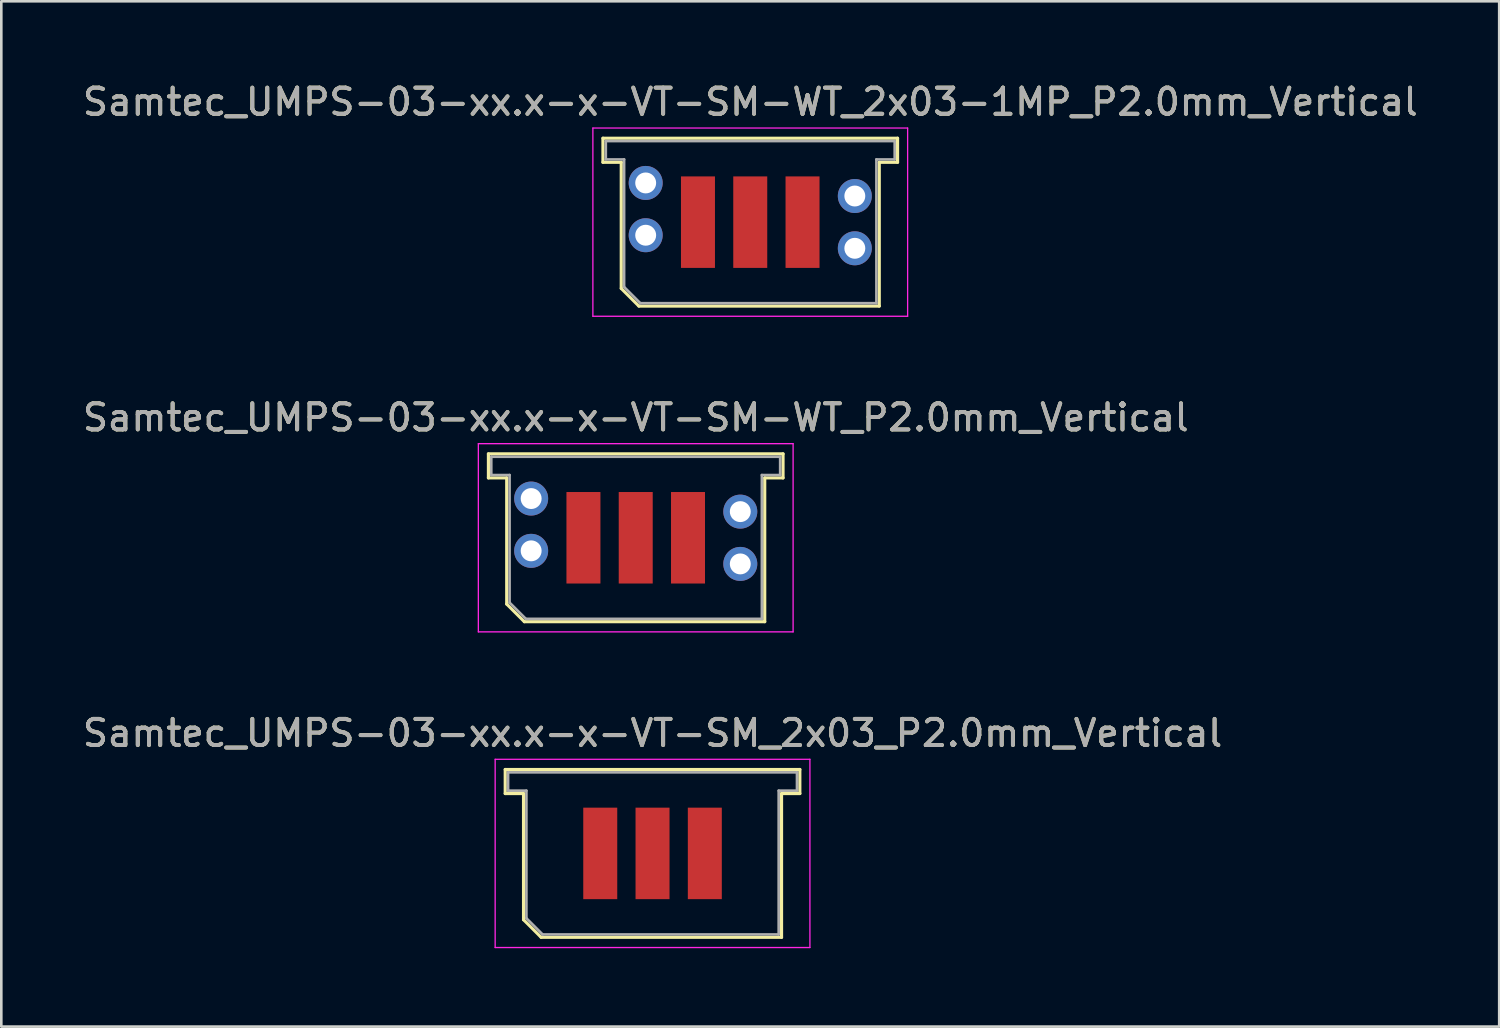
<source format=kicad_pcb>
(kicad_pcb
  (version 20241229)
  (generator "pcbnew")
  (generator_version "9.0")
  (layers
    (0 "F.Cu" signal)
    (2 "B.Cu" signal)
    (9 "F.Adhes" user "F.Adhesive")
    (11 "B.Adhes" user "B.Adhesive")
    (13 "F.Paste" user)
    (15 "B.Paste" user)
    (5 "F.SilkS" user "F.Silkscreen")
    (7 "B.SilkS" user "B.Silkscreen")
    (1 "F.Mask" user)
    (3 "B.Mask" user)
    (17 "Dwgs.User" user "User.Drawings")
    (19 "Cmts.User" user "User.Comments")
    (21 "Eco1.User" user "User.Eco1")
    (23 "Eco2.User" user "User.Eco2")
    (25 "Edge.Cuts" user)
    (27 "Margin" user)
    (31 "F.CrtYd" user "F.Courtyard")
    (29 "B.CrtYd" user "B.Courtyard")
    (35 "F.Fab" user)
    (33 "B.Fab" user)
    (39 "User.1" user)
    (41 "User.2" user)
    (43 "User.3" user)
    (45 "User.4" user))
  (footprint "Samtec_UMPS-03-xx.x-x-VT-SM-WT_2x03-1MP_P2.0mm_Vertical"
    (layer "F.Cu")
    (at 25.649 5.448)
    (property "Reference" "Samtec_UMPS-03-xx.x-x-VT-SM-WT_2x03-1MP_P2.0mm_Vertical" (at 0 -4.6 0) (layer "F.SilkS") (effects (font (size 1 1) (thickness 0.15))))
    (attr smd)
    (fp_line (start -5.635 -3.21) (end -5.635 -2.29) (stroke (width 0.12) (type solid)) (layer "F.SilkS"))
    (fp_line (start -5.635 -2.29) (end -4.935 -2.29) (stroke (width 0.12) (type solid)) (layer "F.SilkS"))
    (fp_line (start -4.935 -2.29) (end -4.935 2.535) (stroke (width 0.12) (type solid)) (layer "F.SilkS"))
    (fp_line (start -4.935 2.535) (end -4.26 3.21) (stroke (width 0.12) (type solid)) (layer "F.SilkS"))
    (fp_line (start -4.26 3.21) (end 4.935 3.21) (stroke (width 0.12) (type solid)) (layer "F.SilkS"))
    (fp_line (start 4.935 -2.29) (end 5.635 -2.29) (stroke (width 0.12) (type solid)) (layer "F.SilkS"))
    (fp_line (start 4.935 3.21) (end 4.935 -2.29) (stroke (width 0.12) (type solid)) (layer "F.SilkS"))
    (fp_line (start 5.635 -3.21) (end -5.635 -3.21) (stroke (width 0.12) (type solid)) (layer "F.SilkS"))
    (fp_line (start 5.635 -2.29) (end 5.635 -3.21) (stroke (width 0.12) (type solid)) (layer "F.SilkS"))
    (fp_line (start -6.02 -3.6) (end -6.02 3.6) (stroke (width 0.05) (type solid)) (layer "F.CrtYd"))
    (fp_line (start -6.02 3.6) (end 6.02 3.6) (stroke (width 0.05) (type solid)) (layer "F.CrtYd"))
    (fp_line (start 6.02 -3.6) (end -6.02 -3.6) (stroke (width 0.05) (type solid)) (layer "F.CrtYd"))
    (fp_line (start 6.02 3.6) (end 6.02 -3.6) (stroke (width 0.05) (type solid)) (layer "F.CrtYd"))
    (fp_line (start -5.525 -3.1) (end -5.525 -2.4) (stroke (width 0.1) (type solid)) (layer "F.Fab"))
    (fp_line (start -5.525 -2.4) (end -4.825 -2.4) (stroke (width 0.1) (type solid)) (layer "F.Fab"))
    (fp_line (start -4.825 -2.4) (end -4.825 2.48) (stroke (width 0.1) (type solid)) (layer "F.Fab"))
    (fp_line (start -4.825 2.48) (end -4.205 3.1) (stroke (width 0.1) (type solid)) (layer "F.Fab"))
    (fp_line (start -4.205 3.1) (end 4.825 3.1) (stroke (width 0.1) (type solid)) (layer "F.Fab"))
    (fp_line (start 4.825 -2.4) (end 5.525 -2.4) (stroke (width 0.1) (type solid)) (layer "F.Fab"))
    (fp_line (start 4.825 3.1) (end 4.825 -2.4) (stroke (width 0.1) (type solid)) (layer "F.Fab"))
    (fp_line (start 5.525 -3.1) (end -5.525 -3.1) (stroke (width 0.1) (type solid)) (layer "F.Fab"))
    (fp_line (start 5.525 -2.4) (end 5.525 -3.1) (stroke (width 0.1) (type solid)) (layer "F.Fab"))
    (fp_text user "${REFERENCE}" (at 0 -4.6 0) (layer "F.Fab") (effects (font (size 1 1) (thickness 0.15))))
    (pad "1" smd rect (at -2 0) (size 1.3 3.5) (layers "F.Cu" "F.Mask" "F.Paste"))
    (pad "2" smd rect (at 0 0) (size 1.3 3.5) (layers "F.Cu" "F.Mask" "F.Paste"))
    (pad "3" smd rect (at 2 0) (size 1.3 3.5) (layers "F.Cu" "F.Mask" "F.Paste"))
    (pad "MP" thru_hole circle (at -4 -1.5) (size 1.3 1.3) (drill 0.8) (layers "*.Cu" "*.Mask"))
    (pad "MP" thru_hole circle (at -4 0.5) (size 1.3 1.3) (drill 0.8) (layers "*.Cu" "*.Mask"))
    (pad "MP" thru_hole circle (at 4 -1) (size 1.3 1.3) (drill 0.8) (layers "*.Cu" "*.Mask"))
    (pad "MP" thru_hole circle (at 4 1) (size 1.3 1.3) (drill 0.8) (layers "*.Cu" "*.Mask")))
  (footprint "Samtec_UMPS-03-xx.x-x-VT-SM-WT_P2.0mm_Vertical"
    (layer "F.Cu")
    (at 21.268 17.521)
    (property "Reference" "Samtec_UMPS-03-xx.x-x-VT-SM-WT_P2.0mm_Vertical" (at 0 -4.6 0) (layer "F.SilkS") (effects (font (size 1 1) (thickness 0.15))))
    (attr smd)
    (fp_line (start -5.635 -3.21) (end -5.635 -2.29) (stroke (width 0.12) (type solid)) (layer "F.SilkS"))
    (fp_line (start -5.635 -2.29) (end -4.935 -2.29) (stroke (width 0.12) (type solid)) (layer "F.SilkS"))
    (fp_line (start -4.935 -2.29) (end -4.935 2.535) (stroke (width 0.12) (type solid)) (layer "F.SilkS"))
    (fp_line (start -4.935 2.535) (end -4.26 3.21) (stroke (width 0.12) (type solid)) (layer "F.SilkS"))
    (fp_line (start -4.26 3.21) (end 4.935 3.21) (stroke (width 0.12) (type solid)) (layer "F.SilkS"))
    (fp_line (start 4.935 -2.29) (end 5.635 -2.29) (stroke (width 0.12) (type solid)) (layer "F.SilkS"))
    (fp_line (start 4.935 3.21) (end 4.935 -2.29) (stroke (width 0.12) (type solid)) (layer "F.SilkS"))
    (fp_line (start 5.635 -3.21) (end -5.635 -3.21) (stroke (width 0.12) (type solid)) (layer "F.SilkS"))
    (fp_line (start 5.635 -2.29) (end 5.635 -3.21) (stroke (width 0.12) (type solid)) (layer "F.SilkS"))
    (fp_line (start -6.02 -3.6) (end -6.02 3.6) (stroke (width 0.05) (type solid)) (layer "F.CrtYd"))
    (fp_line (start -6.02 3.6) (end 6.02 3.6) (stroke (width 0.05) (type solid)) (layer "F.CrtYd"))
    (fp_line (start 6.02 -3.6) (end -6.02 -3.6) (stroke (width 0.05) (type solid)) (layer "F.CrtYd"))
    (fp_line (start 6.02 3.6) (end 6.02 -3.6) (stroke (width 0.05) (type solid)) (layer "F.CrtYd"))
    (fp_line (start -5.525 -3.1) (end -5.525 -2.4) (stroke (width 0.1) (type solid)) (layer "F.Fab"))
    (fp_line (start -5.525 -2.4) (end -4.825 -2.4) (stroke (width 0.1) (type solid)) (layer "F.Fab"))
    (fp_line (start -4.825 -2.4) (end -4.825 2.48) (stroke (width 0.1) (type solid)) (layer "F.Fab"))
    (fp_line (start -4.825 2.48) (end -4.205 3.1) (stroke (width 0.1) (type solid)) (layer "F.Fab"))
    (fp_line (start -4.205 3.1) (end 4.825 3.1) (stroke (width 0.1) (type solid)) (layer "F.Fab"))
    (fp_line (start 4.825 -2.4) (end 5.525 -2.4) (stroke (width 0.1) (type solid)) (layer "F.Fab"))
    (fp_line (start 4.825 3.1) (end 4.825 -2.4) (stroke (width 0.1) (type solid)) (layer "F.Fab"))
    (fp_line (start 5.525 -3.1) (end -5.525 -3.1) (stroke (width 0.1) (type solid)) (layer "F.Fab"))
    (fp_line (start 5.525 -2.4) (end 5.525 -3.1) (stroke (width 0.1) (type solid)) (layer "F.Fab"))
    (fp_text user "${REFERENCE}" (at 0 -4.6 0) (layer "F.Fab") (effects (font (size 1 1) (thickness 0.15))))
    (pad "1" smd rect (at -2 0) (size 1.3 3.5) (layers "F.Cu" "F.Mask" "F.Paste"))
    (pad "2" smd rect (at 0 0) (size 1.3 3.5) (layers "F.Cu" "F.Mask" "F.Paste"))
    (pad "3" smd rect (at 2 0) (size 1.3 3.5) (layers "F.Cu" "F.Mask" "F.Paste"))
    (pad "MP" thru_hole circle (at -4 -1.5) (size 1.3 1.3) (drill 0.8) (layers "*.Cu" "*.Mask"))
    (pad "MP" thru_hole circle (at -4 0.5) (size 1.3 1.3) (drill 0.8) (layers "*.Cu" "*.Mask"))
    (pad "MP" thru_hole circle (at 4 -1) (size 1.3 1.3) (drill 0.8) (layers "*.Cu" "*.Mask"))
    (pad "MP" thru_hole circle (at 4 1) (size 1.3 1.3) (drill 0.8) (layers "*.Cu" "*.Mask")))
  (footprint "Samtec_UMPS-03-xx.x-x-VT-SM_2x03_P2.0mm_Vertical"
    (layer "F.Cu")
    (at 21.911 29.595)
    (property "Reference" "Samtec_UMPS-03-xx.x-x-VT-SM_2x03_P2.0mm_Vertical" (at 0 -4.6 0) (layer "F.SilkS") (effects (font (size 1 1) (thickness 0.15))))
    (attr smd)
    (fp_line (start -5.635 -3.21) (end -5.635 -2.29) (stroke (width 0.12) (type solid)) (layer "F.SilkS"))
    (fp_line (start -5.635 -2.29) (end -4.935 -2.29) (stroke (width 0.12) (type solid)) (layer "F.SilkS"))
    (fp_line (start -4.935 -2.29) (end -4.935 2.535) (stroke (width 0.12) (type solid)) (layer "F.SilkS"))
    (fp_line (start -4.935 2.535) (end -4.26 3.21) (stroke (width 0.12) (type solid)) (layer "F.SilkS"))
    (fp_line (start -4.26 3.21) (end 4.935 3.21) (stroke (width 0.12) (type solid)) (layer "F.SilkS"))
    (fp_line (start 4.935 -2.29) (end 5.635 -2.29) (stroke (width 0.12) (type solid)) (layer "F.SilkS"))
    (fp_line (start 4.935 3.21) (end 4.935 -2.29) (stroke (width 0.12) (type solid)) (layer "F.SilkS"))
    (fp_line (start 5.635 -3.21) (end -5.635 -3.21) (stroke (width 0.12) (type solid)) (layer "F.SilkS"))
    (fp_line (start 5.635 -2.29) (end 5.635 -3.21) (stroke (width 0.12) (type solid)) (layer "F.SilkS"))
    (fp_line (start -6.02 -3.6) (end -6.02 3.6) (stroke (width 0.05) (type solid)) (layer "F.CrtYd"))
    (fp_line (start -6.02 3.6) (end 6.02 3.6) (stroke (width 0.05) (type solid)) (layer "F.CrtYd"))
    (fp_line (start 6.02 -3.6) (end -6.02 -3.6) (stroke (width 0.05) (type solid)) (layer "F.CrtYd"))
    (fp_line (start 6.02 3.6) (end 6.02 -3.6) (stroke (width 0.05) (type solid)) (layer "F.CrtYd"))
    (fp_line (start -5.525 -3.1) (end -5.525 -2.4) (stroke (width 0.1) (type solid)) (layer "F.Fab"))
    (fp_line (start -5.525 -2.4) (end -4.825 -2.4) (stroke (width 0.1) (type solid)) (layer "F.Fab"))
    (fp_line (start -4.825 -2.4) (end -4.825 2.48) (stroke (width 0.1) (type solid)) (layer "F.Fab"))
    (fp_line (start -4.825 2.48) (end -4.205 3.1) (stroke (width 0.1) (type solid)) (layer "F.Fab"))
    (fp_line (start -4.205 3.1) (end 4.825 3.1) (stroke (width 0.1) (type solid)) (layer "F.Fab"))
    (fp_line (start 4.825 -2.4) (end 5.525 -2.4) (stroke (width 0.1) (type solid)) (layer "F.Fab"))
    (fp_line (start 4.825 3.1) (end 4.825 -2.4) (stroke (width 0.1) (type solid)) (layer "F.Fab"))
    (fp_line (start 5.525 -3.1) (end -5.525 -3.1) (stroke (width 0.1) (type solid)) (layer "F.Fab"))
    (fp_line (start 5.525 -2.4) (end 5.525 -3.1) (stroke (width 0.1) (type solid)) (layer "F.Fab"))
    (fp_text user "${REFERENCE}" (at 0 -4.6 0) (layer "F.Fab") (effects (font (size 1 1) (thickness 0.15))))
    (pad "1" smd rect (at -2 0) (size 1.3 3.5) (layers "F.Cu" "F.Mask" "F.Paste"))
    (pad "2" smd rect (at 0 0) (size 1.3 3.5) (layers "F.Cu" "F.Mask" "F.Paste"))
    (pad "3" smd rect (at 2 0) (size 1.3 3.5) (layers "F.Cu" "F.Mask" "F.Paste")))
  (gr_rect
    (start -3 -3)
    (end 54.298 36.22)
    (stroke (width 0.1) (type default))
    (fill no)
    (layer "Edge.Cuts")))
</source>
